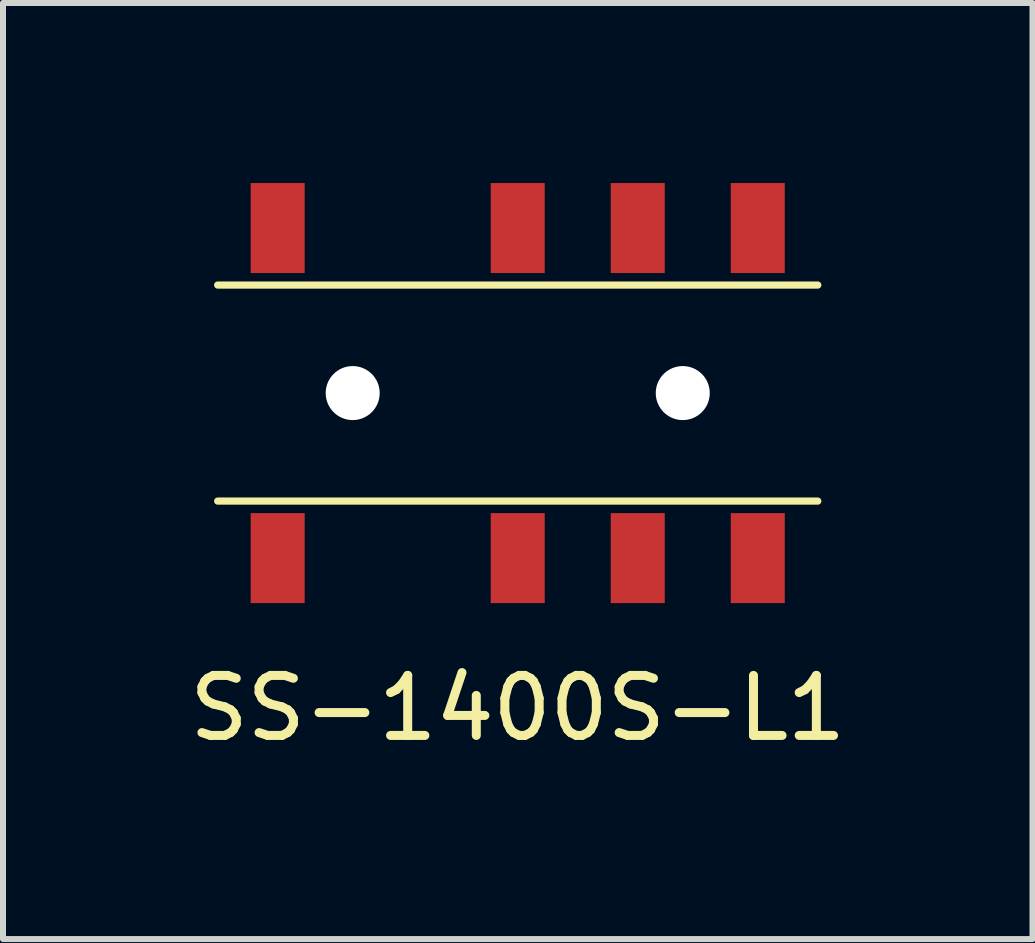
<source format=kicad_pcb>
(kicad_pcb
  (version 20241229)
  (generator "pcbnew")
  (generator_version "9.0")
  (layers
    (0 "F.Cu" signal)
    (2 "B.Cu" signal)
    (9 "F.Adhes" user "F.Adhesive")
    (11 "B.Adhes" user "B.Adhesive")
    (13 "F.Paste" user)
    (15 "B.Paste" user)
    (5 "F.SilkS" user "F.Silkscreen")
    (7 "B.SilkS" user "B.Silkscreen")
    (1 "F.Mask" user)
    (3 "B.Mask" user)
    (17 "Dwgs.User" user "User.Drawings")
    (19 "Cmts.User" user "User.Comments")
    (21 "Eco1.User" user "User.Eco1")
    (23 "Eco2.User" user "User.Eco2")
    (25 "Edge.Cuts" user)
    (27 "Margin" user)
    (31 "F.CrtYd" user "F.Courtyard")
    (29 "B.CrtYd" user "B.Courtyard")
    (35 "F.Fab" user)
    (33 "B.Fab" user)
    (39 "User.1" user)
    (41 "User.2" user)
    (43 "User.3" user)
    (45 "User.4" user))
  (footprint "SS-1400S-L1"
    (layer "F.Cu")
    (at 5.577 3.5)
    (property "Reference" "SS-1400S-L1" (at 0 5.25 0) (layer "F.SilkS") (effects (font (size 1 1) (thickness 0.15))))
    (attr through_hole)
    (fp_line (start -5 -1.8) (end 5 -1.8) (stroke (width 0.12) (type solid)) (layer "F.SilkS"))
    (fp_line (start -5 1.8) (end 5 1.8) (stroke (width 0.12) (type solid)) (layer "F.SilkS"))
    (pad "" np_thru_hole circle (at -2.75 0) (size 0.9 0.9) (drill 0.9) (layers "*.Cu" "*.Mask"))
    (pad "" np_thru_hole circle (at 2.75 0) (size 0.9 0.9) (drill 0.9) (layers "*.Cu" "*.Mask"))
    (pad "1" smd rect (at -4 -2.75) (size 0.9 1.5) (layers "F.Cu" "F.Mask" "F.Paste"))
    (pad "2" smd rect (at 0 -2.75) (size 0.9 1.5) (layers "F.Cu" "F.Mask" "F.Paste"))
    (pad "3" smd rect (at 2 -2.75) (size 0.9 1.5) (layers "F.Cu" "F.Mask" "F.Paste"))
    (pad "4" smd rect (at 4 -2.75) (size 0.9 1.5) (layers "F.Cu" "F.Mask" "F.Paste"))
    (pad "5" smd rect (at -4 2.75) (size 0.9 1.5) (layers "F.Cu" "F.Mask" "F.Paste"))
    (pad "6" smd rect (at 0 2.75) (size 0.9 1.5) (layers "F.Cu" "F.Mask" "F.Paste"))
    (pad "7" smd rect (at 2 2.75) (size 0.9 1.5) (layers "F.Cu" "F.Mask" "F.Paste"))
    (pad "8" smd rect (at 4 2.75) (size 0.9 1.5) (layers "F.Cu" "F.Mask" "F.Paste")))
  (gr_rect
    (start -3 -3)
    (end 14.155 12.598)
    (stroke (width 0.1) (type default))
    (fill no)
    (layer "Edge.Cuts")))
</source>
